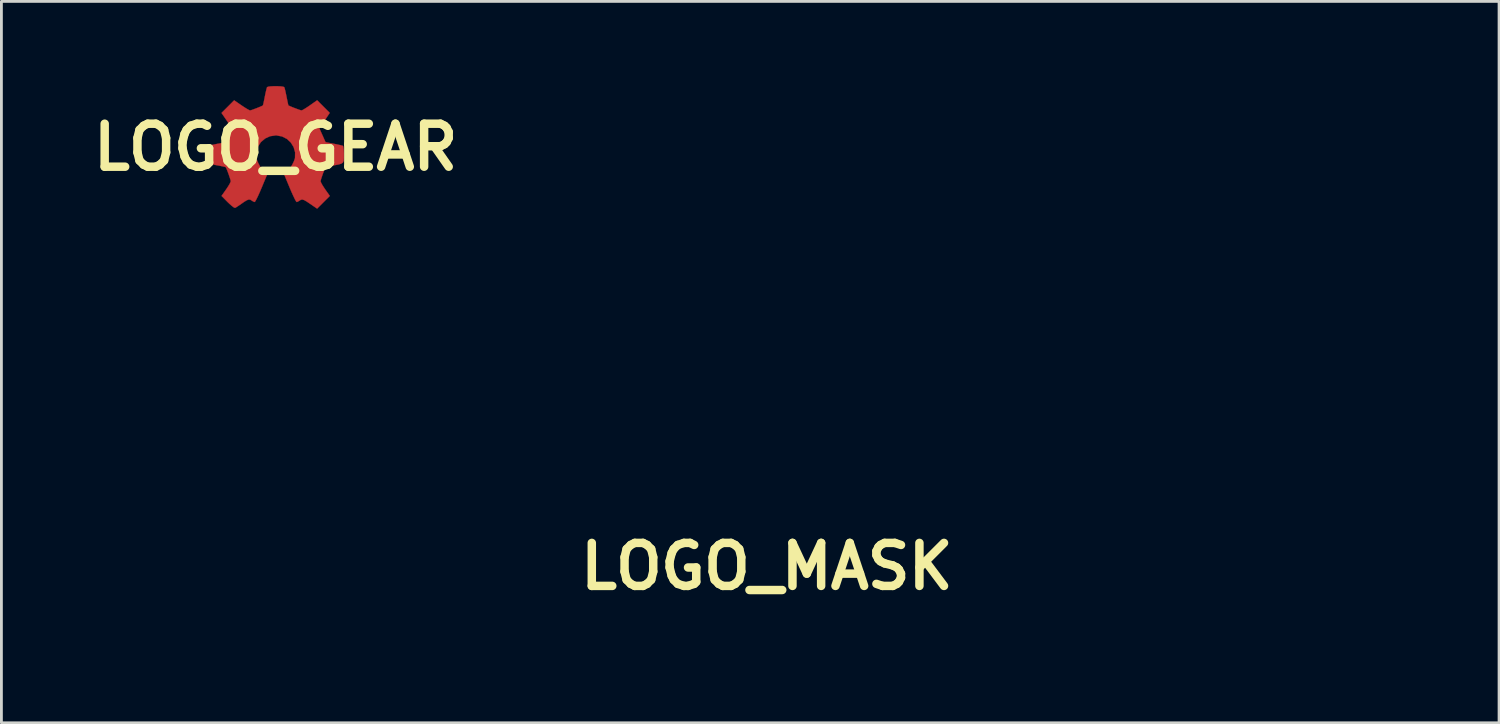
<source format=kicad_pcb>
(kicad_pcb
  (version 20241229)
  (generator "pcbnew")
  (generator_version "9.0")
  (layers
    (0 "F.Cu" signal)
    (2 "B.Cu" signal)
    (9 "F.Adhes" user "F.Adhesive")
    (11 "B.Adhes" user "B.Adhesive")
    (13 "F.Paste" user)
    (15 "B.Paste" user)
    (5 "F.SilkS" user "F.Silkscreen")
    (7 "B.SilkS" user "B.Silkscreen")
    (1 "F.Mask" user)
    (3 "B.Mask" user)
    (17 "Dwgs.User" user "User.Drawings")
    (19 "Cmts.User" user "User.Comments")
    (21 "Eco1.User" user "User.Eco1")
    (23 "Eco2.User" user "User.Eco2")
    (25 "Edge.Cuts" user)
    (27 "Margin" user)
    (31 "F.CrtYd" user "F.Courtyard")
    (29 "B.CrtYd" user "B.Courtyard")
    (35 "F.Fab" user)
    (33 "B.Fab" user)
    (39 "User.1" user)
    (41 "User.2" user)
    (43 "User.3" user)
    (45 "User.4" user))
  (footprint "LOGO_MASK"
    (layer "F.Cu")
    (at 24.129 17.026)
    (property "Reference" "LOGO_MASK" (at 0 0 0) (layer "F.SilkS") (effects (font (size 1.524 1.524) (thickness 0.3))))
    (attr through_hole)
    (fp_poly (pts (xy -8.975 -7.324) (xy -9.017 -7.281) (xy -9.059 -7.324) (xy -9.017 -7.366) (xy -8.975 -7.324)) (stroke (width 0.01) (type solid)) (fill yes) (layer "F.Mask"))
    (fp_poly (pts (xy -7.959 -7.578) (xy -8.001 -7.535) (xy -8.043 -7.578) (xy -8.001 -7.62) (xy -7.959 -7.578)) (stroke (width 0.01) (type solid)) (fill yes) (layer "F.Mask"))
    (fp_poly (pts (xy -5.927 -7.239) (xy -5.969 -7.197) (xy -6.011 -7.239) (xy -5.969 -7.281) (xy -5.927 -7.239)) (stroke (width 0.01) (type solid)) (fill yes) (layer "F.Mask"))
    (fp_poly (pts (xy -5.842 -7.408) (xy -5.884 -7.366) (xy -5.927 -7.408) (xy -5.884 -7.451) (xy -5.842 -7.408)) (stroke (width 0.01) (type solid)) (fill yes) (layer "F.Mask"))
    (fp_poly (pts (xy -5.673 -6.816) (xy -5.715 -6.773) (xy -5.757 -6.816) (xy -5.715 -6.858) (xy -5.673 -6.816)) (stroke (width 0.01) (type solid)) (fill yes) (layer "F.Mask"))
    (fp_poly (pts (xy -5.503 -8.086) (xy -5.546 -8.043) (xy -5.588 -8.086) (xy -5.546 -8.128) (xy -5.503 -8.086)) (stroke (width 0.01) (type solid)) (fill yes) (layer "F.Mask"))
    (fp_poly (pts (xy -5.503 -7.832) (xy -5.546 -7.789) (xy -5.588 -7.832) (xy -5.546 -7.874) (xy -5.503 -7.832)) (stroke (width 0.01) (type solid)) (fill yes) (layer "F.Mask"))
    (fp_poly (pts (xy -4.149 -8.34) (xy -4.191 -8.297) (xy -4.233 -8.34) (xy -4.191 -8.382) (xy -4.149 -8.34)) (stroke (width 0.01) (type solid)) (fill yes) (layer "F.Mask"))
    (fp_poly (pts (xy -3.725 -8.594) (xy -3.768 -8.551) (xy -3.81 -8.594) (xy -3.768 -8.636) (xy -3.725 -8.594)) (stroke (width 0.01) (type solid)) (fill yes) (layer "F.Mask"))
    (fp_poly (pts (xy -3.217 -6.731) (xy -3.26 -6.689) (xy -3.302 -6.731) (xy -3.26 -6.773) (xy -3.217 -6.731)) (stroke (width 0.01) (type solid)) (fill yes) (layer "F.Mask"))
    (fp_poly (pts (xy -2.625 -8.17) (xy -2.667 -8.128) (xy -2.709 -8.17) (xy -2.667 -8.213) (xy -2.625 -8.17)) (stroke (width 0.01) (type solid)) (fill yes) (layer "F.Mask"))
    (fp_poly (pts (xy -2.54 -8.001) (xy -2.582 -7.959) (xy -2.625 -8.001) (xy -2.582 -8.043) (xy -2.54 -8.001)) (stroke (width 0.01) (type solid)) (fill yes) (layer "F.Mask"))
    (fp_poly (pts (xy -2.54 -7.324) (xy -2.582 -7.281) (xy -2.625 -7.324) (xy -2.582 -7.366) (xy -2.54 -7.324)) (stroke (width 0.01) (type solid)) (fill yes) (layer "F.Mask"))
    (fp_poly (pts (xy 2.032 -8.001) (xy 1.99 -7.959) (xy 1.947 -8.001) (xy 1.99 -8.043) (xy 2.032 -8.001)) (stroke (width 0.01) (type solid)) (fill yes) (layer "F.Mask"))
    (fp_poly (pts (xy 2.032 -7.324) (xy 1.99 -7.281) (xy 1.947 -7.324) (xy 1.99 -7.366) (xy 2.032 -7.324)) (stroke (width 0.01) (type solid)) (fill yes) (layer "F.Mask"))
    (fp_poly (pts (xy 2.117 -7.154) (xy 2.074 -7.112) (xy 2.032 -7.154) (xy 2.074 -7.197) (xy 2.117 -7.154)) (stroke (width 0.01) (type solid)) (fill yes) (layer "F.Mask"))
    (fp_poly (pts (xy 2.709 -6.731) (xy 2.667 -6.689) (xy 2.625 -6.731) (xy 2.667 -6.773) (xy 2.709 -6.731)) (stroke (width 0.01) (type solid)) (fill yes) (layer "F.Mask"))
    (fp_poly (pts (xy 3.302 -8.594) (xy 3.26 -8.551) (xy 3.217 -8.594) (xy 3.26 -8.636) (xy 3.302 -8.594)) (stroke (width 0.01) (type solid)) (fill yes) (layer "F.Mask"))
    (fp_poly (pts (xy 3.302 -6.731) (xy 3.26 -6.689) (xy 3.217 -6.731) (xy 3.26 -6.773) (xy 3.302 -6.731)) (stroke (width 0.01) (type solid)) (fill yes) (layer "F.Mask"))
    (fp_poly (pts (xy -6.124 -7.338) (xy -6.136 -7.287) (xy -6.181 -7.281) (xy -6.25 -7.312) (xy -6.237 -7.338) (xy -6.137 -7.348) (xy -6.124 -7.338)) (stroke (width 0.01) (type solid)) (fill yes) (layer "F.Mask"))
    (fp_poly (pts (xy -4.431 -7.846) (xy -4.421 -7.745) (xy -4.431 -7.733) (xy -4.481 -7.745) (xy -4.487 -7.789) (xy -4.456 -7.859) (xy -4.431 -7.846)) (stroke (width 0.01) (type solid)) (fill yes) (layer "F.Mask"))
    (fp_poly (pts (xy -4.431 -7.592) (xy -4.421 -7.491) (xy -4.431 -7.479) (xy -4.481 -7.491) (xy -4.487 -7.535) (xy -4.456 -7.605) (xy -4.431 -7.592)) (stroke (width 0.01) (type solid)) (fill yes) (layer "F.Mask"))
    (fp_poly (pts (xy -3.669 -6.745) (xy -3.681 -6.695) (xy -3.725 -6.689) (xy -3.795 -6.72) (xy -3.782 -6.745) (xy -3.681 -6.755) (xy -3.669 -6.745)) (stroke (width 0.01) (type solid)) (fill yes) (layer "F.Mask"))
    (fp_poly (pts (xy -3.161 -8.608) (xy -3.173 -8.557) (xy -3.217 -8.551) (xy -3.287 -8.582) (xy -3.274 -8.608) (xy -3.173 -8.618) (xy -3.161 -8.608)) (stroke (width 0.01) (type solid)) (fill yes) (layer "F.Mask"))
    (fp_poly (pts (xy -1.044 -6.999) (xy -1.034 -6.899) (xy -1.044 -6.886) (xy -1.095 -6.898) (xy -1.101 -6.943) (xy -1.07 -7.012) (xy -1.044 -6.999)) (stroke (width 0.01) (type solid)) (fill yes) (layer "F.Mask"))
    (fp_poly (pts (xy 2.681 -8.608) (xy 2.669 -8.557) (xy 2.625 -8.551) (xy 2.555 -8.582) (xy 2.568 -8.608) (xy 2.669 -8.618) (xy 2.681 -8.608)) (stroke (width 0.01) (type solid)) (fill yes) (layer "F.Mask"))
    (fp_poly (pts (xy -16.496 -1.883) (xy -16.363 -1.779) (xy -16.174 -1.626) (xy -16.507 -1.594) (xy -16.716 -1.579) (xy -16.784 -1.602) (xy -16.739 -1.683) (xy -16.697 -1.734) (xy -16.591 -1.865) (xy -16.553 -1.919) (xy -16.496 -1.883)) (stroke (width 0.01) (type solid)) (fill yes) (layer "F.Mask"))
    (fp_poly (pts (xy -6.713 -8.193) (xy -6.711 -8.146) (xy -6.699 -7.757) (xy -6.702 -7.343) (xy -6.711 -7.13) (xy -6.722 -7.024) (xy -6.731 -7.072) (xy -6.738 -7.26) (xy -6.741 -7.573) (xy -6.741 -7.662) (xy -6.739 -7.998) (xy -6.733 -8.207) (xy -6.724 -8.276) (xy -6.713 -8.193)) (stroke (width 0.01) (type solid)) (fill yes) (layer "F.Mask"))
    (fp_poly (pts (xy 0.145 -8.193) (xy 0.147 -8.146) (xy 0.159 -7.757) (xy 0.156 -7.343) (xy 0.147 -7.13) (xy 0.136 -7.024) (xy 0.127 -7.072) (xy 0.12 -7.26) (xy 0.117 -7.573) (xy 0.117 -7.662) (xy 0.119 -7.998) (xy 0.125 -8.207) (xy 0.134 -8.276) (xy 0.145 -8.193)) (stroke (width 0.01) (type solid)) (fill yes) (layer "F.Mask"))
    (fp_poly (pts (xy 2.932 -4.907) (xy 3.483 -4.897) (xy 3.889 -4.88) (xy 4.141 -4.857) (xy 4.233 -4.828) (xy 4.233 -4.826) (xy 4.15 -4.797) (xy 3.905 -4.773) (xy 3.507 -4.756) (xy 2.963 -4.745) (xy 2.282 -4.741) (xy 2.244 -4.741) (xy 1.555 -4.745) (xy 1.004 -4.755) (xy 0.599 -4.772) (xy 0.346 -4.795) (xy 0.254 -4.824) (xy 0.254 -4.826) (xy 0.337 -4.855) (xy 0.582 -4.879) (xy 0.98 -4.896) (xy 1.524 -4.907) (xy 2.205 -4.911) (xy 2.244 -4.911) (xy 2.932 -4.907)) (stroke (width 0.01) (type solid)) (fill yes) (layer "F.Mask"))
    (fp_poly (pts (xy 21.732 -4.74) (xy 22.191 -4.735) (xy 22.521 -4.725) (xy 22.741 -4.708) (xy 22.871 -4.683) (xy 22.932 -4.649) (xy 22.945 -4.614) (xy 22.917 -4.556) (xy 22.817 -4.519) (xy 22.617 -4.497) (xy 22.29 -4.488) (xy 22.056 -4.487) (xy 21.167 -4.487) (xy 21.167 -1.609) (xy 21.164 -0.749) (xy 21.157 -0.035) (xy 21.145 0.529) (xy 21.128 0.937) (xy 21.107 1.186) (xy 21.082 1.27) (xy 21.082 1.27) (xy 21.057 1.186) (xy 21.036 0.938) (xy 21.019 0.529) (xy 21.007 -0.034) (xy 21 -0.748) (xy 20.997 -1.608) (xy 20.997 -4.487) (xy 20.151 -4.487) (xy 19.756 -4.492) (xy 19.502 -4.507) (xy 19.362 -4.538) (xy 19.308 -4.588) (xy 19.304 -4.614) (xy 19.324 -4.657) (xy 19.398 -4.689) (xy 19.545 -4.712) (xy 19.786 -4.727) (xy 20.14 -4.736) (xy 20.628 -4.74) (xy 21.124 -4.741) (xy 21.732 -4.74)) (stroke (width 0.01) (type solid)) (fill yes) (layer "F.Mask"))
    (fp_poly (pts (xy 16.297 -4.739) (xy 16.657 -4.731) (xy 16.894 -4.715) (xy 17.032 -4.688) (xy 17.093 -4.649) (xy 17.103 -4.614) (xy 17.079 -4.563) (xy 16.992 -4.527) (xy 16.816 -4.505) (xy 16.529 -4.492) (xy 16.105 -4.488) (xy 15.917 -4.487) (xy 14.732 -4.487) (xy 14.732 -1.863) (xy 15.833 -1.863) (xy 16.291 -1.86) (xy 16.605 -1.849) (xy 16.8 -1.829) (xy 16.901 -1.794) (xy 16.933 -1.744) (xy 16.933 -1.736) (xy 16.909 -1.683) (xy 16.819 -1.647) (xy 16.637 -1.624) (xy 16.34 -1.612) (xy 15.903 -1.609) (xy 15.833 -1.609) (xy 14.732 -1.609) (xy 14.732 1.016) (xy 15.917 1.016) (xy 16.395 1.019) (xy 16.728 1.028) (xy 16.941 1.047) (xy 17.056 1.077) (xy 17.1 1.123) (xy 17.103 1.143) (xy 17.08 1.192) (xy 16.996 1.227) (xy 16.829 1.25) (xy 16.553 1.263) (xy 16.148 1.269) (xy 15.79 1.27) (xy 14.478 1.27) (xy 14.478 -4.741) (xy 15.79 -4.741) (xy 16.297 -4.739)) (stroke (width 0.01) (type solid)) (fill yes) (layer "F.Mask"))
    (fp_poly (pts (xy 2.838 -2.522) (xy 3.132 -2.398) (xy 3.606 -2.071) (xy 3.953 -1.66) (xy 4.174 -1.191) (xy 4.266 -0.69) (xy 4.229 -0.183) (xy 4.063 0.302) (xy 3.765 0.738) (xy 3.336 1.101) (xy 3.263 1.145) (xy 2.836 1.323) (xy 2.354 1.41) (xy 1.883 1.398) (xy 1.601 1.328) (xy 1.086 1.048) (xy 0.673 0.638) (xy 0.458 0.289) (xy 0.331 -0.003) (xy 0.27 -0.259) (xy 0.259 -0.563) (xy 0.262 -0.616) (xy 0.339 -0.616) (xy 0.416 -0.096) (xy 0.632 0.389) (xy 0.96 0.799) (xy 1.372 1.09) (xy 1.794 1.225) (xy 2.284 1.269) (xy 2.763 1.22) (xy 3.028 1.139) (xy 3.418 0.921) (xy 3.716 0.613) (xy 3.947 0.212) (xy 4.12 -0.336) (xy 4.124 -0.88) (xy 3.963 -1.406) (xy 3.75 -1.759) (xy 3.379 -2.126) (xy 2.923 -2.367) (xy 2.418 -2.477) (xy 1.896 -2.451) (xy 1.392 -2.284) (xy 1.116 -2.118) (xy 0.805 -1.809) (xy 0.549 -1.4) (xy 0.384 -0.955) (xy 0.339 -0.616) (xy 0.262 -0.616) (xy 0.267 -0.74) (xy 0.369 -1.305) (xy 0.609 -1.777) (xy 0.995 -2.169) (xy 1.217 -2.322) (xy 1.743 -2.555) (xy 2.289 -2.622) (xy 2.838 -2.522)) (stroke (width 0.01) (type solid)) (fill yes) (layer "F.Mask"))
    (fp_poly (pts (xy 11.168 -4.723) (xy 11.196 -4.658) (xy 11.217 -4.531) (xy 11.233 -4.326) (xy 11.245 -4.028) (xy 11.253 -3.619) (xy 11.258 -3.086) (xy 11.26 -2.413) (xy 11.261 -1.736) (xy 11.26 -0.928) (xy 11.257 -0.274) (xy 11.251 0.241) (xy 11.242 0.632) (xy 11.228 0.915) (xy 11.211 1.105) (xy 11.188 1.216) (xy 11.159 1.265) (xy 11.142 1.27) (xy 11.068 1.203) (xy 10.908 1.013) (xy 10.673 0.713) (xy 10.373 0.319) (xy 10.021 -0.155) (xy 9.626 -0.695) (xy 9.2 -1.285) (xy 9.046 -1.5) (xy 7.07 -4.27) (xy 7.047 -1.5) (xy 7.04 -0.732) (xy 7.032 -0.117) (xy 7.022 0.361) (xy 7.01 0.719) (xy 6.994 0.972) (xy 6.973 1.137) (xy 6.947 1.23) (xy 6.915 1.267) (xy 6.899 1.27) (xy 6.866 1.252) (xy 6.838 1.187) (xy 6.817 1.06) (xy 6.801 0.855) (xy 6.789 0.556) (xy 6.781 0.148) (xy 6.776 -0.385) (xy 6.774 -1.059) (xy 6.773 -1.736) (xy 6.774 -2.552) (xy 6.778 -3.214) (xy 6.784 -3.735) (xy 6.795 -4.13) (xy 6.809 -4.414) (xy 6.827 -4.601) (xy 6.851 -4.705) (xy 6.881 -4.741) (xy 6.885 -4.741) (xy 6.957 -4.675) (xy 7.116 -4.484) (xy 7.35 -4.185) (xy 7.649 -3.791) (xy 8.002 -3.317) (xy 8.397 -2.778) (xy 8.823 -2.189) (xy 8.981 -1.968) (xy 10.964 0.804) (xy 10.987 -1.968) (xy 10.994 -2.737) (xy 11.002 -3.352) (xy 11.012 -3.831) (xy 11.024 -4.189) (xy 11.04 -4.442) (xy 11.061 -4.607) (xy 11.087 -4.701) (xy 11.119 -4.738) (xy 11.135 -4.741) (xy 11.168 -4.723)) (stroke (width 0.01) (type solid)) (fill yes) (layer "F.Mask"))
    (fp_poly (pts (xy -2.46 -4.721) (xy -2.434 -4.65) (xy -2.413 -4.513) (xy -2.397 -4.294) (xy -2.386 -3.978) (xy -2.378 -3.55) (xy -2.373 -2.994) (xy -2.371 -2.294) (xy -2.371 -1.736) (xy -2.371 -0.933) (xy -2.374 -0.285) (xy -2.379 0.226) (xy -2.388 0.614) (xy -2.401 0.896) (xy -2.418 1.087) (xy -2.44 1.202) (xy -2.468 1.258) (xy -2.497 1.27) (xy -2.532 1.251) (xy -2.56 1.183) (xy -2.583 1.05) (xy -2.601 0.835) (xy -2.615 0.523) (xy -2.626 0.096) (xy -2.635 -0.46) (xy -2.642 -1.163) (xy -2.645 -1.493) (xy -2.667 -4.255) (xy -3.974 -2.339) (xy -4.318 -1.837) (xy -4.631 -1.385) (xy -4.902 -1) (xy -5.116 -0.7) (xy -5.263 -0.503) (xy -5.327 -0.427) (xy -5.329 -0.427) (xy -5.387 -0.495) (xy -5.527 -0.685) (xy -5.738 -0.979) (xy -6.005 -1.36) (xy -6.316 -1.809) (xy -6.659 -2.309) (xy -6.689 -2.353) (xy -8.001 -4.276) (xy -8.023 -1.503) (xy -8.03 -0.734) (xy -8.038 -0.119) (xy -8.048 0.359) (xy -8.061 0.717) (xy -8.077 0.971) (xy -8.098 1.136) (xy -8.124 1.229) (xy -8.156 1.267) (xy -8.171 1.27) (xy -8.205 1.252) (xy -8.232 1.187) (xy -8.254 1.06) (xy -8.27 0.855) (xy -8.282 0.557) (xy -8.29 0.149) (xy -8.294 -0.384) (xy -8.297 -1.057) (xy -8.297 -1.742) (xy -8.297 -2.538) (xy -8.295 -3.181) (xy -8.29 -3.686) (xy -8.283 -4.07) (xy -8.272 -4.348) (xy -8.256 -4.538) (xy -8.235 -4.653) (xy -8.208 -4.711) (xy -8.174 -4.728) (xy -8.158 -4.726) (xy -8.074 -4.652) (xy -7.911 -4.454) (xy -7.681 -4.154) (xy -7.399 -3.768) (xy -7.078 -3.315) (xy -6.731 -2.814) (xy -6.726 -2.806) (xy -6.382 -2.303) (xy -6.067 -1.845) (xy -5.795 -1.452) (xy -5.578 -1.141) (xy -5.43 -0.933) (xy -5.363 -0.845) (xy -5.363 -0.844) (xy -5.299 -0.894) (xy -5.155 -1.068) (xy -4.942 -1.349) (xy -4.673 -1.719) (xy -4.361 -2.164) (xy -4.018 -2.664) (xy -3.953 -2.759) (xy -3.603 -3.271) (xy -3.279 -3.735) (xy -2.993 -4.131) (xy -2.759 -4.443) (xy -2.59 -4.652) (xy -2.499 -4.74) (xy -2.493 -4.741) (xy -2.46 -4.721)) (stroke (width 0.01) (type solid)) (fill yes) (layer "F.Mask"))
    (fp_poly (pts (xy -16.763 -9.619) (xy -15.96 -9.463) (xy -15.189 -9.189) (xy -14.744 -8.976) (xy -13.85 -8.42) (xy -13.076 -7.755) (xy -12.429 -6.994) (xy -11.915 -6.152) (xy -11.539 -5.244) (xy -11.308 -4.285) (xy -11.228 -3.289) (xy -11.304 -2.27) (xy -11.544 -1.244) (xy -11.549 -1.228) (xy -11.699 -0.819) (xy -11.887 -0.389) (xy -12.074 -0.029) (xy -12.08 -0.019) (xy -12.255 0.26) (xy -12.438 0.522) (xy -12.608 0.744) (xy -12.745 0.901) (xy -12.828 0.968) (xy -12.839 0.92) (xy -12.837 0.913) (xy -12.813 0.678) (xy -12.834 0.32) (xy -12.896 -0.123) (xy -12.99 -0.614) (xy -13.111 -1.114) (xy -13.252 -1.585) (xy -13.292 -1.701) (xy -13.436 -2.124) (xy -13.569 -2.545) (xy -13.671 -2.905) (xy -13.716 -3.091) (xy -13.854 -3.519) (xy -14.052 -3.834) (xy -14.288 -4.098) (xy -14.344 -3.806) (xy -14.397 -3.564) (xy -14.477 -3.24) (xy -14.544 -2.985) (xy -14.649 -2.665) (xy -14.767 -2.495) (xy -14.923 -2.468) (xy -15.143 -2.578) (xy -15.419 -2.794) (xy -15.747 -3.03) (xy -16.014 -3.122) (xy -16.241 -3.075) (xy -16.353 -2.994) (xy -16.474 -2.907) (xy -16.569 -2.939) (xy -16.656 -3.037) (xy -16.876 -3.186) (xy -17.205 -3.27) (xy -17.593 -3.282) (xy -17.992 -3.217) (xy -18.001 -3.215) (xy -18.4 -3.031) (xy -18.839 -2.691) (xy -18.873 -2.661) (xy -19.134 -2.431) (xy -19.31 -2.309) (xy -19.433 -2.277) (xy -19.498 -2.298) (xy -19.673 -2.476) (xy -19.853 -2.813) (xy -20.033 -3.298) (xy -20.142 -3.668) (xy -20.25 -4.03) (xy -20.368 -4.37) (xy -20.472 -4.621) (xy -20.483 -4.642) (xy -20.612 -4.852) (xy -20.776 -5.061) (xy -20.939 -5.232) (xy -21.066 -5.326) (xy -21.114 -5.327) (xy -21.196 -5.197) (xy -21.325 -4.946) (xy -21.483 -4.611) (xy -21.655 -4.227) (xy -21.825 -3.832) (xy -21.975 -3.461) (xy -22.035 -3.302) (xy -22.319 -2.421) (xy -22.479 -1.635) (xy -22.51 -0.918) (xy -22.408 -0.247) (xy -22.17 0.402) (xy -21.792 1.054) (xy -21.269 1.733) (xy -21.213 1.799) (xy -20.963 2.089) (xy -20.763 2.326) (xy -20.634 2.483) (xy -20.594 2.537) (xy -20.676 2.499) (xy -20.846 2.41) (xy -20.87 2.397) (xy -21.201 2.19) (xy -21.59 1.901) (xy -21.981 1.576) (xy -22.319 1.258) (xy -22.397 1.175) (xy -23.034 0.369) (xy -23.53 -0.518) (xy -23.893 -1.502) (xy -23.968 -1.778) (xy -24.093 -2.528) (xy -24.124 -3.351) (xy -24.063 -4.183) (xy -23.912 -4.958) (xy -23.838 -5.207) (xy -23.507 -5.991) (xy -19.29 -5.991) (xy -19.27 -5.943) (xy -19.169 -5.973) (xy -18.958 -6.085) (xy -18.947 -6.091) (xy -15.647 -6.091) (xy -15.504 -6.021) (xy -15.385 -6.011) (xy -15.146 -5.983) (xy -14.836 -5.909) (xy -14.645 -5.849) (xy -14.391 -5.766) (xy -14.212 -5.719) (xy -14.153 -5.715) (xy -14.152 -5.809) (xy -14.18 -5.921) (xy -14.318 -6.111) (xy -14.57 -6.267) (xy -14.88 -6.371) (xy -15.191 -6.405) (xy -15.45 -6.351) (xy -15.462 -6.345) (xy -15.635 -6.208) (xy -15.647 -6.091) (xy -18.947 -6.091) (xy -18.854 -6.143) (xy -18.38 -6.314) (xy -17.816 -6.357) (xy -17.184 -6.27) (xy -17.029 -6.23) (xy -16.575 -6.106) (xy -16.775 -6.324) (xy -17.149 -6.617) (xy -17.6 -6.794) (xy -18.079 -6.845) (xy -18.54 -6.763) (xy -18.699 -6.695) (xy -18.985 -6.525) (xy -19.155 -6.349) (xy -19.257 -6.117) (xy -19.29 -5.991) (xy -23.507 -5.991) (xy -23.429 -6.176) (xy -22.881 -7.055) (xy -22.203 -7.831) (xy -21.408 -8.493) (xy -20.532 -9.015) (xy -19.845 -9.32) (xy -19.198 -9.522) (xy -18.529 -9.634) (xy -17.773 -9.671) (xy -17.653 -9.671) (xy -16.763 -9.619)) (stroke (width 0.01) (type solid)) (fill yes) (layer "F.Mask")))
  (footprint "LOGO_GEAR"
    (layer "F.Cu")
    (at 6.72 2.169)
    (property "Reference" "LOGO_GEAR" (at 0 0 0) (layer "F.SilkS") (effects (font (size 1.524 1.524) (thickness 0.3))))
    (attr through_hole)
    (fp_poly (pts (xy 0.174 -2.158) (xy 0.262 -2.147) (xy 0.304 -2.13) (xy 0.305 -2.129) (xy 0.32 -2.084) (xy 0.343 -1.992) (xy 0.369 -1.869) (xy 0.385 -1.791) (xy 0.411 -1.661) (xy 0.433 -1.557) (xy 0.448 -1.494) (xy 0.453 -1.482) (xy 0.503 -1.458) (xy 0.59 -1.421) (xy 0.694 -1.381) (xy 0.796 -1.343) (xy 0.876 -1.315) (xy 0.916 -1.305) (xy 0.958 -1.322) (xy 1.039 -1.369) (xy 1.144 -1.437) (xy 1.214 -1.485) (xy 1.47 -1.665) (xy 1.916 -1.219) (xy 1.733 -0.943) (xy 1.55 -0.668) (xy 1.659 -0.424) (xy 1.768 -0.18) (xy 2.061 -0.124) (xy 2.193 -0.097) (xy 2.301 -0.073) (xy 2.371 -0.054) (xy 2.387 -0.048) (xy 2.401 -0.009) (xy 2.412 0.078) (xy 2.418 0.199) (xy 2.419 0.257) (xy 2.418 0.39) (xy 2.41 0.481) (xy 2.383 0.541) (xy 2.328 0.58) (xy 2.235 0.609) (xy 2.094 0.636) (xy 2.027 0.648) (xy 1.91 0.671) (xy 1.82 0.69) (xy 1.773 0.703) (xy 1.77 0.705) (xy 1.746 0.751) (xy 1.711 0.838) (xy 1.671 0.946) (xy 1.633 1.056) (xy 1.604 1.147) (xy 1.592 1.201) (xy 1.591 1.204) (xy 1.609 1.254) (xy 1.656 1.341) (xy 1.724 1.447) (xy 1.755 1.493) (xy 1.919 1.725) (xy 1.469 2.175) (xy 1.23 2.011) (xy 1.102 1.925) (xy 1.012 1.873) (xy 0.948 1.853) (xy 0.897 1.859) (xy 0.847 1.889) (xy 0.842 1.893) (xy 0.78 1.93) (xy 0.744 1.941) (xy 0.721 1.913) (xy 0.678 1.836) (xy 0.622 1.718) (xy 0.555 1.57) (xy 0.496 1.431) (xy 0.283 0.92) (xy 0.356 0.859) (xy 0.416 0.815) (xy 0.454 0.797) (xy 0.491 0.769) (xy 0.541 0.699) (xy 0.595 0.604) (xy 0.644 0.502) (xy 0.678 0.41) (xy 0.685 0.379) (xy 0.689 0.179) (xy 0.637 -0.005) (xy 0.537 -0.167) (xy 0.398 -0.296) (xy 0.226 -0.383) (xy 0.029 -0.42) (xy 0 -0.42) (xy -0.199 -0.391) (xy -0.375 -0.31) (xy -0.52 -0.187) (xy -0.626 -0.029) (xy -0.685 0.153) (xy -0.689 0.35) (xy -0.685 0.379) (xy -0.661 0.461) (xy -0.617 0.561) (xy -0.564 0.661) (xy -0.511 0.743) (xy -0.467 0.791) (xy -0.454 0.797) (xy -0.414 0.816) (xy -0.356 0.859) (xy -0.283 0.92) (xy -0.496 1.431) (xy -0.567 1.597) (xy -0.632 1.741) (xy -0.687 1.852) (xy -0.726 1.921) (xy -0.744 1.941) (xy -0.796 1.922) (xy -0.842 1.893) (xy -0.897 1.859) (xy -0.952 1.852) (xy -1.02 1.876) (xy -1.115 1.933) (xy -1.196 1.99) (xy -1.297 2.06) (xy -1.382 2.116) (xy -1.434 2.147) (xy -1.439 2.149) (xy -1.478 2.135) (xy -1.55 2.082) (xy -1.643 2) (xy -1.7 1.945) (xy -1.918 1.725) (xy -1.755 1.493) (xy -1.681 1.382) (xy -1.625 1.286) (xy -1.595 1.219) (xy -1.591 1.204) (xy -1.602 1.154) (xy -1.63 1.066) (xy -1.667 0.957) (xy -1.707 0.848) (xy -1.743 0.758) (xy -1.768 0.707) (xy -1.77 0.705) (xy -1.803 0.694) (xy -1.884 0.676) (xy -1.995 0.654) (xy -2.027 0.648) (xy -2.189 0.618) (xy -2.299 0.592) (xy -2.367 0.558) (xy -2.403 0.506) (xy -2.417 0.428) (xy -2.419 0.311) (xy -2.419 0.257) (xy -2.416 0.127) (xy -2.407 0.024) (xy -2.393 -0.038) (xy -2.387 -0.048) (xy -2.343 -0.062) (xy -2.252 -0.084) (xy -2.13 -0.109) (xy -2.061 -0.122) (xy -1.767 -0.177) (xy -1.698 -0.319) (xy -1.63 -0.464) (xy -1.59 -0.569) (xy -1.579 -0.652) (xy -1.599 -0.731) (xy -1.649 -0.823) (xy -1.733 -0.946) (xy -1.736 -0.951) (xy -1.919 -1.216) (xy -1.695 -1.44) (xy -1.471 -1.664) (xy -1.21 -1.484) (xy -1.095 -1.408) (xy -0.997 -1.348) (xy -0.928 -1.312) (xy -0.907 -1.305) (xy -0.864 -1.316) (xy -0.782 -1.345) (xy -0.68 -1.383) (xy -0.578 -1.424) (xy -0.495 -1.46) (xy -0.453 -1.481) (xy -0.443 -1.513) (xy -0.425 -1.593) (xy -0.401 -1.709) (xy -0.385 -1.791) (xy -0.358 -1.925) (xy -0.332 -2.037) (xy -0.312 -2.11) (xy -0.305 -2.129) (xy -0.263 -2.147) (xy -0.177 -2.158) (xy -0.063 -2.164) (xy 0.06 -2.164) (xy 0.174 -2.158)) (stroke (width 0.01) (type solid)) (fill yes) (layer "F.Cu")))
  (gr_rect
    (start -3 -3)
    (end 50.079 22.567)
    (stroke (width 0.1) (type default))
    (fill no)
    (layer "Edge.Cuts")))
</source>
